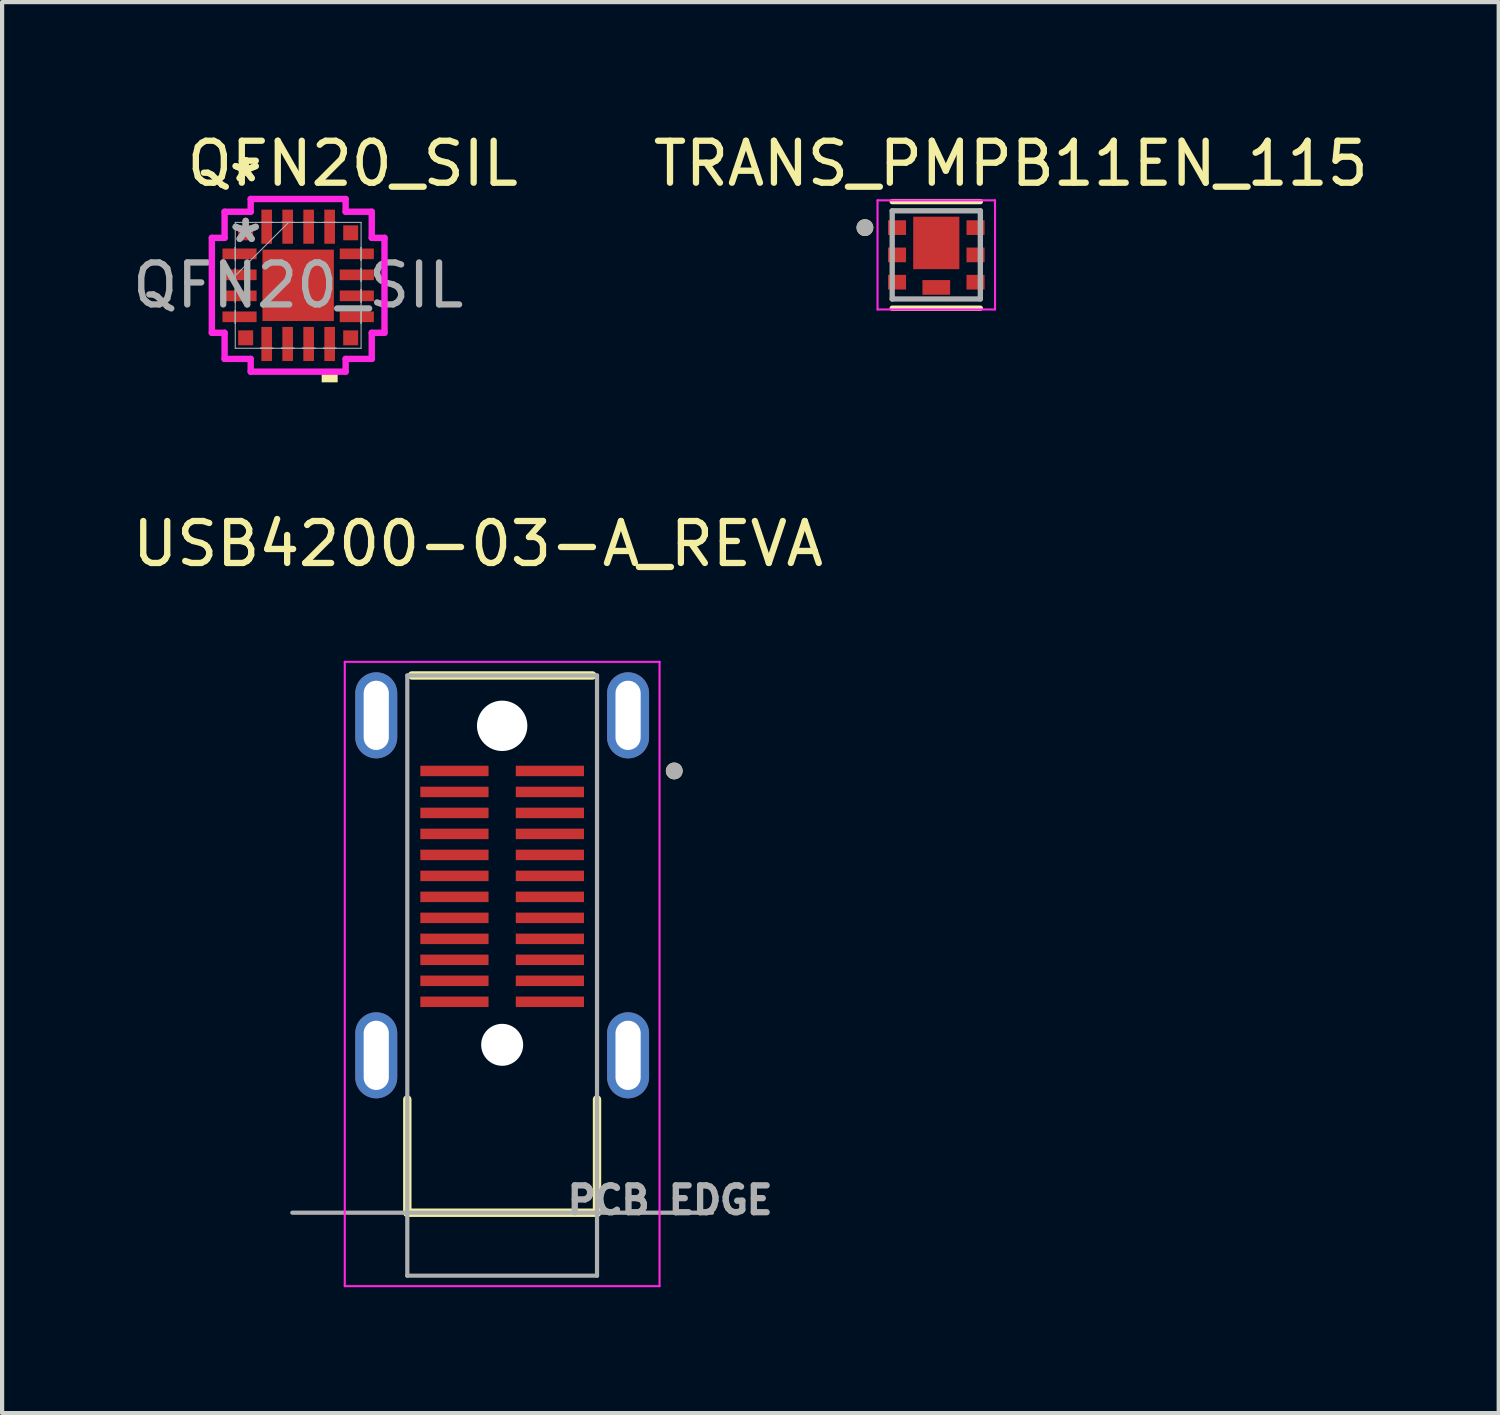
<source format=kicad_pcb>
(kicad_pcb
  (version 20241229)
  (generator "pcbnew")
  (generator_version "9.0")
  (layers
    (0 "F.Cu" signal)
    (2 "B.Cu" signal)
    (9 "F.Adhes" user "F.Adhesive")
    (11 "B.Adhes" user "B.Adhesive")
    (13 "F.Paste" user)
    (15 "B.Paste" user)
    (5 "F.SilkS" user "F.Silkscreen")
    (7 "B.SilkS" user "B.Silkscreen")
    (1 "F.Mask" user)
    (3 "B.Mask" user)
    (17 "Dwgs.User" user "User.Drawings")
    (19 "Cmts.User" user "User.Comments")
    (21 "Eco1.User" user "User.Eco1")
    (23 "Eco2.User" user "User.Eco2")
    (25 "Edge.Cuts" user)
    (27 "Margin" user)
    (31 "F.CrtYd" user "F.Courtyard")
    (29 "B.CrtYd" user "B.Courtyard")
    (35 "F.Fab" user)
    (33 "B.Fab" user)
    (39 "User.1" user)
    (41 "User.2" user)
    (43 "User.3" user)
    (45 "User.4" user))
  (footprint "TRANS_PMPB11EN_115"
    (layer "F.Cu")
    (at 19.257 3.023)
    (property "Reference" "TRANS_PMPB11EN_115" (at 1.775 -2.175 0) (layer "F.SilkS") (effects (font (size 1 1) (thickness 0.15))))
    (attr smd)
    (fp_line (start -1.05 -1.27) (end 1.05 -1.27) (stroke (width 0.127) (type solid)) (layer "F.SilkS"))
    (fp_line (start 1.05 1.27) (end -1.05 1.27) (stroke (width 0.127) (type solid)) (layer "F.SilkS"))
    (fp_circle (center -1.7 -0.65) (end -1.6 -0.65) (stroke (width 0.2) (type solid)) (fill no) (layer "F.SilkS"))
    (fp_poly (pts (xy -1.1 -0.775) (xy -0.77 -0.775) (xy -0.77 -0.525) (xy -1.1 -0.525)) (stroke (width 0.01) (type solid)) (fill yes) (layer "F.Paste"))
    (fp_poly (pts (xy -1.1 -0.125) (xy -0.77 -0.125) (xy -0.77 0.125) (xy -1.1 0.125)) (stroke (width 0.01) (type solid)) (fill yes) (layer "F.Paste"))
    (fp_poly (pts (xy -1.1 0.525) (xy -0.77 0.525) (xy -0.77 0.775) (xy -1.1 0.775)) (stroke (width 0.01) (type solid)) (fill yes) (layer "F.Paste"))
    (fp_poly (pts (xy -0.45 -0.81) (xy 0.45 -0.81) (xy 0.45 0.24) (xy -0.45 0.24)) (stroke (width 0.01) (type solid)) (fill yes) (layer "F.Paste"))
    (fp_poly (pts (xy -0.28 0.65) (xy 0.28 0.65) (xy 0.28 0.9) (xy -0.28 0.9)) (stroke (width 0.01) (type solid)) (fill yes) (layer "F.Paste"))
    (fp_poly (pts (xy 0.77 -0.775) (xy 1.1 -0.775) (xy 1.1 -0.525) (xy 0.77 -0.525)) (stroke (width 0.01) (type solid)) (fill yes) (layer "F.Paste"))
    (fp_poly (pts (xy 0.77 -0.125) (xy 1.1 -0.125) (xy 1.1 0.125) (xy 0.77 0.125)) (stroke (width 0.01) (type solid)) (fill yes) (layer "F.Paste"))
    (fp_poly (pts (xy 0.77 0.525) (xy 1.1 0.525) (xy 1.1 0.775) (xy 0.77 0.775)) (stroke (width 0.01) (type solid)) (fill yes) (layer "F.Paste"))
    (fp_line (start -1.4 -1.3) (end 1.4 -1.3) (stroke (width 0.05) (type solid)) (layer "F.CrtYd"))
    (fp_line (start -1.4 1.3) (end -1.4 -1.3) (stroke (width 0.05) (type solid)) (layer "F.CrtYd"))
    (fp_line (start 1.4 -1.3) (end 1.4 1.3) (stroke (width 0.05) (type solid)) (layer "F.CrtYd"))
    (fp_line (start 1.4 1.3) (end -1.4 1.3) (stroke (width 0.05) (type solid)) (layer "F.CrtYd"))
    (fp_line (start -1.05 -1.05) (end 1.05 -1.05) (stroke (width 0.127) (type solid)) (layer "F.Fab"))
    (fp_line (start -1.05 1.05) (end -1.05 -1.05) (stroke (width 0.127) (type solid)) (layer "F.Fab"))
    (fp_line (start 1.05 -1.05) (end 1.05 1.05) (stroke (width 0.127) (type solid)) (layer "F.Fab"))
    (fp_line (start 1.05 1.05) (end -1.05 1.05) (stroke (width 0.127) (type solid)) (layer "F.Fab"))
    (fp_circle (center -1.7 -0.65) (end -1.6 -0.65) (stroke (width 0.2) (type solid)) (fill no) (layer "F.Fab"))
    (pad "1" smd rect (at -0.935 -0.65) (size 0.43 0.35) (layers "F.Cu" "F.Mask"))
    (pad "2" smd rect (at -0.935 0) (size 0.43 0.35) (layers "F.Cu" "F.Mask"))
    (pad "3" smd rect (at -0.935 0.65) (size 0.43 0.35) (layers "F.Cu" "F.Mask"))
    (pad "4" smd rect (at 0.935 0.65) (size 0.43 0.35) (layers "F.Cu" "F.Mask"))
    (pad "5" smd rect (at 0.935 0) (size 0.43 0.35) (layers "F.Cu" "F.Mask"))
    (pad "6" smd rect (at 0.935 -0.65) (size 0.43 0.35) (layers "F.Cu" "F.Mask"))
    (pad "7" smd rect (at 0 -0.285) (size 1.1 1.25) (layers "F.Cu" "F.Mask"))
    (pad "8" smd rect (at 0 0.775) (size 0.66 0.35) (layers "F.Cu" "F.Mask")))
  (footprint "USB4200-03-A_REVA"
    (layer "F.Cu")
    (at 8.914 18.043)
    (property "Reference" "USB4200-03-A_REVA" (at -0.575 -8.135 0) (layer "F.SilkS") (effects (font (size 1 1) (thickness 0.15))))
    (attr smd)
    (fp_line (start -2.26 7.8) (end -2.26 5.1) (stroke (width 0.2) (type solid)) (layer "F.SilkS"))
    (fp_line (start 2.15 -5) (end -2.15 -5) (stroke (width 0.2) (type solid)) (layer "F.SilkS"))
    (fp_line (start 2.26 5.1) (end 2.26 7.8) (stroke (width 0.2) (type solid)) (layer "F.SilkS"))
    (fp_line (start 2.26 7.8) (end -2.26 7.8) (stroke (width 0.2) (type solid)) (layer "F.SilkS"))
    (fp_circle (center 4.1 -2.725) (end 4.2 -2.725) (stroke (width 0.2) (type solid)) (fill no) (layer "F.SilkS"))
    (fp_line (start -3.75 -5.325) (end -3.75 9.55) (stroke (width 0.05) (type solid)) (layer "F.CrtYd"))
    (fp_line (start -3.75 9.55) (end 3.75 9.55) (stroke (width 0.05) (type solid)) (layer "F.CrtYd"))
    (fp_line (start 3.75 -5.325) (end -3.75 -5.325) (stroke (width 0.05) (type solid)) (layer "F.CrtYd"))
    (fp_line (start 3.75 9.55) (end 3.75 -5.325) (stroke (width 0.05) (type solid)) (layer "F.CrtYd"))
    (fp_line (start -2.26 -5) (end 2.26 -5) (stroke (width 0.1) (type solid)) (layer "F.Fab"))
    (fp_line (start -2.26 9.3) (end -2.26 -5) (stroke (width 0.1) (type solid)) (layer "F.Fab"))
    (fp_line (start 2.26 -5) (end 2.26 9.3) (stroke (width 0.1) (type solid)) (layer "F.Fab"))
    (fp_line (start 2.26 9.3) (end -2.26 9.3) (stroke (width 0.1) (type solid)) (layer "F.Fab"))
    (fp_line (start 5 7.8) (end -5 7.8) (stroke (width 0.1) (type solid)) (layer "F.Fab"))
    (fp_circle (center 4.1 -2.725) (end 4.2 -2.725) (stroke (width 0.2) (type solid)) (fill no) (layer "F.Fab"))
    (fp_text user "PCB EDGE" (at 4 7.5 0) (layer "F.Fab") (effects (font (size 0.64 0.64) (thickness 0.15))))
    (pad "" np_thru_hole circle (at 0 -3.8) (size 1.2 1.2) (drill 1.2) (layers "*.Cu" "*.Mask"))
    (pad "" np_thru_hole circle (at 0 3.8) (size 1 1) (drill 1) (layers "*.Cu" "*.Mask"))
    (pad "A1" smd rect (at 1.137 -2.725) (size 1.625 0.25) (layers "F.Cu" "F.Mask" "F.Paste"))
    (pad "A2" smd rect (at 1.137 -2.225) (size 1.625 0.25) (layers "F.Cu" "F.Mask" "F.Paste"))
    (pad "A3" smd rect (at 1.137 -1.725) (size 1.625 0.25) (layers "F.Cu" "F.Mask" "F.Paste"))
    (pad "A4" smd rect (at 1.137 -1.225) (size 1.625 0.25) (layers "F.Cu" "F.Mask" "F.Paste"))
    (pad "A5" smd rect (at 1.137 -0.725) (size 1.625 0.25) (layers "F.Cu" "F.Mask" "F.Paste"))
    (pad "A6" smd rect (at 1.137 -0.225) (size 1.625 0.25) (layers "F.Cu" "F.Mask" "F.Paste"))
    (pad "A7" smd rect (at 1.137 0.275) (size 1.625 0.25) (layers "F.Cu" "F.Mask" "F.Paste"))
    (pad "A8" smd rect (at 1.137 0.775) (size 1.625 0.25) (layers "F.Cu" "F.Mask" "F.Paste"))
    (pad "A9" smd rect (at 1.137 1.275) (size 1.625 0.25) (layers "F.Cu" "F.Mask" "F.Paste"))
    (pad "A10" smd rect (at 1.137 1.775) (size 1.625 0.25) (layers "F.Cu" "F.Mask" "F.Paste"))
    (pad "A11" smd rect (at 1.137 2.275) (size 1.625 0.25) (layers "F.Cu" "F.Mask" "F.Paste"))
    (pad "A12" smd rect (at 1.137 2.775) (size 1.625 0.25) (layers "F.Cu" "F.Mask" "F.Paste"))
    (pad "B1" smd rect (at -1.137 2.775) (size 1.625 0.25) (layers "F.Cu" "F.Mask" "F.Paste"))
    (pad "B2" smd rect (at -1.137 2.275) (size 1.625 0.25) (layers "F.Cu" "F.Mask" "F.Paste"))
    (pad "B3" smd rect (at -1.137 1.775) (size 1.625 0.25) (layers "F.Cu" "F.Mask" "F.Paste"))
    (pad "B4" smd rect (at -1.137 1.275) (size 1.625 0.25) (layers "F.Cu" "F.Mask" "F.Paste"))
    (pad "B5" smd rect (at -1.137 0.775) (size 1.625 0.25) (layers "F.Cu" "F.Mask" "F.Paste"))
    (pad "B6" smd rect (at -1.137 0.275) (size 1.625 0.25) (layers "F.Cu" "F.Mask" "F.Paste"))
    (pad "B7" smd rect (at -1.137 -0.225) (size 1.625 0.25) (layers "F.Cu" "F.Mask" "F.Paste"))
    (pad "B8" smd rect (at -1.137 -0.725) (size 1.625 0.25) (layers "F.Cu" "F.Mask" "F.Paste"))
    (pad "B9" smd rect (at -1.137 -1.225) (size 1.625 0.25) (layers "F.Cu" "F.Mask" "F.Paste"))
    (pad "B10" smd rect (at -1.137 -1.725) (size 1.625 0.25) (layers "F.Cu" "F.Mask" "F.Paste"))
    (pad "B11" smd rect (at -1.137 -2.225) (size 1.625 0.25) (layers "F.Cu" "F.Mask" "F.Paste"))
    (pad "B12" smd rect (at -1.137 -2.725) (size 1.625 0.25) (layers "F.Cu" "F.Mask" "F.Paste"))
    (pad "S1" thru_hole oval (at 3 -4.05) (size 1 2.05) (drill oval 0.6 1.65) (layers "*.Cu" "*.Mask"))
    (pad "S2" thru_hole oval (at 3 4.05) (size 1 2.05) (drill oval 0.6 1.65) (layers "*.Cu" "*.Mask"))
    (pad "S3" thru_hole oval (at -3 -4.05) (size 1 2.05) (drill oval 0.6 1.65) (layers "*.Cu" "*.Mask"))
    (pad "S4" thru_hole oval (at -3 4.05) (size 1 2.05) (drill oval 0.6 1.65) (layers "*.Cu" "*.Mask")))
  (footprint "QFN20_SIL"
    (layer "F.Cu")
    (at 4.054 3.748)
    (property "Reference" "QFN20_SIL" (at 1.3 -2.9 0) (unlocked yes) (layer "F.SilkS") (effects (font (size 1 1) (thickness 0.15))))
    (attr smd)
    (fp_poly (pts (xy 0.56 2.057) (xy 0.56 2.311) (xy 0.941 2.311) (xy 0.941 2.057)) (stroke (width 0) (type solid)) (fill yes) (layer "F.SilkS"))
    (fp_line (start -2.057 -1.131) (end -1.753 -1.131) (stroke (width 0.152) (type solid)) (layer "F.CrtYd"))
    (fp_line (start -2.057 1.131) (end -2.057 -1.131) (stroke (width 0.152) (type solid)) (layer "F.CrtYd"))
    (fp_line (start -2.057 1.131) (end -1.753 1.131) (stroke (width 0.152) (type solid)) (layer "F.CrtYd"))
    (fp_line (start -1.753 -1.753) (end -1.131 -1.753) (stroke (width 0.152) (type solid)) (layer "F.CrtYd"))
    (fp_line (start -1.753 -1.131) (end -1.753 -1.753) (stroke (width 0.152) (type solid)) (layer "F.CrtYd"))
    (fp_line (start -1.753 1.753) (end -1.753 1.131) (stroke (width 0.152) (type solid)) (layer "F.CrtYd"))
    (fp_line (start -1.131 -2.057) (end 1.131 -2.057) (stroke (width 0.152) (type solid)) (layer "F.CrtYd"))
    (fp_line (start -1.131 -1.753) (end -1.131 -2.057) (stroke (width 0.152) (type solid)) (layer "F.CrtYd"))
    (fp_line (start -1.131 1.753) (end -1.753 1.753) (stroke (width 0.152) (type solid)) (layer "F.CrtYd"))
    (fp_line (start -1.131 2.057) (end -1.131 1.753) (stroke (width 0.152) (type solid)) (layer "F.CrtYd"))
    (fp_line (start 1.131 -2.057) (end 1.131 -1.753) (stroke (width 0.152) (type solid)) (layer "F.CrtYd"))
    (fp_line (start 1.131 -1.753) (end 1.753 -1.753) (stroke (width 0.152) (type solid)) (layer "F.CrtYd"))
    (fp_line (start 1.131 1.753) (end 1.131 2.057) (stroke (width 0.152) (type solid)) (layer "F.CrtYd"))
    (fp_line (start 1.131 2.057) (end -1.131 2.057) (stroke (width 0.152) (type solid)) (layer "F.CrtYd"))
    (fp_line (start 1.753 -1.753) (end 1.753 -1.131) (stroke (width 0.152) (type solid)) (layer "F.CrtYd"))
    (fp_line (start 1.753 -1.131) (end 2.057 -1.131) (stroke (width 0.152) (type solid)) (layer "F.CrtYd"))
    (fp_line (start 1.753 1.131) (end 1.753 1.753) (stroke (width 0.152) (type solid)) (layer "F.CrtYd"))
    (fp_line (start 1.753 1.753) (end 1.131 1.753) (stroke (width 0.152) (type solid)) (layer "F.CrtYd"))
    (fp_line (start 2.057 -1.131) (end 2.057 1.131) (stroke (width 0.152) (type solid)) (layer "F.CrtYd"))
    (fp_line (start 2.057 1.131) (end 1.753 1.131) (stroke (width 0.152) (type solid)) (layer "F.CrtYd"))
    (fp_line (start -1.499 -1.499) (end -1.499 1.499) (stroke (width 0.025) (type solid)) (layer "F.Fab"))
    (fp_line (start -1.499 -0.902) (end -1.499 -0.902) (stroke (width 0.025) (type solid)) (layer "F.Fab"))
    (fp_line (start -1.499 -0.902) (end -1.499 -0.598) (stroke (width 0.025) (type solid)) (layer "F.Fab"))
    (fp_line (start -1.499 -0.598) (end -1.499 -0.902) (stroke (width 0.025) (type solid)) (layer "F.Fab"))
    (fp_line (start -1.499 -0.598) (end -1.499 -0.598) (stroke (width 0.025) (type solid)) (layer "F.Fab"))
    (fp_line (start -1.499 -0.402) (end -1.499 -0.402) (stroke (width 0.025) (type solid)) (layer "F.Fab"))
    (fp_line (start -1.499 -0.402) (end -1.499 -0.098) (stroke (width 0.025) (type solid)) (layer "F.Fab"))
    (fp_line (start -1.499 -0.229) (end -0.229 -1.499) (stroke (width 0.025) (type solid)) (layer "F.Fab"))
    (fp_line (start -1.499 -0.098) (end -1.499 -0.402) (stroke (width 0.025) (type solid)) (layer "F.Fab"))
    (fp_line (start -1.499 -0.098) (end -1.499 -0.098) (stroke (width 0.025) (type solid)) (layer "F.Fab"))
    (fp_line (start -1.499 0.098) (end -1.499 0.098) (stroke (width 0.025) (type solid)) (layer "F.Fab"))
    (fp_line (start -1.499 0.098) (end -1.499 0.402) (stroke (width 0.025) (type solid)) (layer "F.Fab"))
    (fp_line (start -1.499 0.402) (end -1.499 0.098) (stroke (width 0.025) (type solid)) (layer "F.Fab"))
    (fp_line (start -1.499 0.402) (end -1.499 0.402) (stroke (width 0.025) (type solid)) (layer "F.Fab"))
    (fp_line (start -1.499 0.598) (end -1.499 0.598) (stroke (width 0.025) (type solid)) (layer "F.Fab"))
    (fp_line (start -1.499 0.598) (end -1.499 0.902) (stroke (width 0.025) (type solid)) (layer "F.Fab"))
    (fp_line (start -1.499 0.902) (end -1.499 0.598) (stroke (width 0.025) (type solid)) (layer "F.Fab"))
    (fp_line (start -1.499 0.902) (end -1.499 0.902) (stroke (width 0.025) (type solid)) (layer "F.Fab"))
    (fp_line (start -1.499 1.499) (end 1.499 1.499) (stroke (width 0.025) (type solid)) (layer "F.Fab"))
    (fp_line (start -0.902 -1.499) (end -0.902 -1.499) (stroke (width 0.025) (type solid)) (layer "F.Fab"))
    (fp_line (start -0.902 -1.499) (end -0.598 -1.499) (stroke (width 0.025) (type solid)) (layer "F.Fab"))
    (fp_line (start -0.902 1.499) (end -0.902 1.499) (stroke (width 0.025) (type solid)) (layer "F.Fab"))
    (fp_line (start -0.902 1.499) (end -0.598 1.499) (stroke (width 0.025) (type solid)) (layer "F.Fab"))
    (fp_line (start -0.598 -1.499) (end -0.902 -1.499) (stroke (width 0.025) (type solid)) (layer "F.Fab"))
    (fp_line (start -0.598 -1.499) (end -0.598 -1.499) (stroke (width 0.025) (type solid)) (layer "F.Fab"))
    (fp_line (start -0.598 1.499) (end -0.902 1.499) (stroke (width 0.025) (type solid)) (layer "F.Fab"))
    (fp_line (start -0.598 1.499) (end -0.598 1.499) (stroke (width 0.025) (type solid)) (layer "F.Fab"))
    (fp_line (start -0.402 -1.499) (end -0.402 -1.499) (stroke (width 0.025) (type solid)) (layer "F.Fab"))
    (fp_line (start -0.402 -1.499) (end -0.098 -1.499) (stroke (width 0.025) (type solid)) (layer "F.Fab"))
    (fp_line (start -0.402 1.499) (end -0.402 1.499) (stroke (width 0.025) (type solid)) (layer "F.Fab"))
    (fp_line (start -0.402 1.499) (end -0.098 1.499) (stroke (width 0.025) (type solid)) (layer "F.Fab"))
    (fp_line (start -0.098 -1.499) (end -0.402 -1.499) (stroke (width 0.025) (type solid)) (layer "F.Fab"))
    (fp_line (start -0.098 -1.499) (end -0.098 -1.499) (stroke (width 0.025) (type solid)) (layer "F.Fab"))
    (fp_line (start -0.098 1.499) (end -0.402 1.499) (stroke (width 0.025) (type solid)) (layer "F.Fab"))
    (fp_line (start -0.098 1.499) (end -0.098 1.499) (stroke (width 0.025) (type solid)) (layer "F.Fab"))
    (fp_line (start 0.098 -1.499) (end 0.098 -1.499) (stroke (width 0.025) (type solid)) (layer "F.Fab"))
    (fp_line (start 0.098 -1.499) (end 0.402 -1.499) (stroke (width 0.025) (type solid)) (layer "F.Fab"))
    (fp_line (start 0.098 1.499) (end 0.098 1.499) (stroke (width 0.025) (type solid)) (layer "F.Fab"))
    (fp_line (start 0.098 1.499) (end 0.402 1.499) (stroke (width 0.025) (type solid)) (layer "F.Fab"))
    (fp_line (start 0.402 -1.499) (end 0.098 -1.499) (stroke (width 0.025) (type solid)) (layer "F.Fab"))
    (fp_line (start 0.402 -1.499) (end 0.402 -1.499) (stroke (width 0.025) (type solid)) (layer "F.Fab"))
    (fp_line (start 0.402 1.499) (end 0.098 1.499) (stroke (width 0.025) (type solid)) (layer "F.Fab"))
    (fp_line (start 0.402 1.499) (end 0.402 1.499) (stroke (width 0.025) (type solid)) (layer "F.Fab"))
    (fp_line (start 0.598 -1.499) (end 0.598 -1.499) (stroke (width 0.025) (type solid)) (layer "F.Fab"))
    (fp_line (start 0.598 -1.499) (end 0.902 -1.499) (stroke (width 0.025) (type solid)) (layer "F.Fab"))
    (fp_line (start 0.598 1.499) (end 0.598 1.499) (stroke (width 0.025) (type solid)) (layer "F.Fab"))
    (fp_line (start 0.598 1.499) (end 0.902 1.499) (stroke (width 0.025) (type solid)) (layer "F.Fab"))
    (fp_line (start 0.902 -1.499) (end 0.598 -1.499) (stroke (width 0.025) (type solid)) (layer "F.Fab"))
    (fp_line (start 0.902 -1.499) (end 0.902 -1.499) (stroke (width 0.025) (type solid)) (layer "F.Fab"))
    (fp_line (start 0.902 1.499) (end 0.598 1.499) (stroke (width 0.025) (type solid)) (layer "F.Fab"))
    (fp_line (start 0.902 1.499) (end 0.902 1.499) (stroke (width 0.025) (type solid)) (layer "F.Fab"))
    (fp_line (start 1.499 -1.499) (end -1.499 -1.499) (stroke (width 0.025) (type solid)) (layer "F.Fab"))
    (fp_line (start 1.499 -0.902) (end 1.499 -0.902) (stroke (width 0.025) (type solid)) (layer "F.Fab"))
    (fp_line (start 1.499 -0.902) (end 1.499 -0.598) (stroke (width 0.025) (type solid)) (layer "F.Fab"))
    (fp_line (start 1.499 -0.598) (end 1.499 -0.902) (stroke (width 0.025) (type solid)) (layer "F.Fab"))
    (fp_line (start 1.499 -0.598) (end 1.499 -0.598) (stroke (width 0.025) (type solid)) (layer "F.Fab"))
    (fp_line (start 1.499 -0.402) (end 1.499 -0.402) (stroke (width 0.025) (type solid)) (layer "F.Fab"))
    (fp_line (start 1.499 -0.402) (end 1.499 -0.098) (stroke (width 0.025) (type solid)) (layer "F.Fab"))
    (fp_line (start 1.499 -0.098) (end 1.499 -0.402) (stroke (width 0.025) (type solid)) (layer "F.Fab"))
    (fp_line (start 1.499 -0.098) (end 1.499 -0.098) (stroke (width 0.025) (type solid)) (layer "F.Fab"))
    (fp_line (start 1.499 0.098) (end 1.499 0.098) (stroke (width 0.025) (type solid)) (layer "F.Fab"))
    (fp_line (start 1.499 0.098) (end 1.499 0.402) (stroke (width 0.025) (type solid)) (layer "F.Fab"))
    (fp_line (start 1.499 0.402) (end 1.499 0.098) (stroke (width 0.025) (type solid)) (layer "F.Fab"))
    (fp_line (start 1.499 0.402) (end 1.499 0.402) (stroke (width 0.025) (type solid)) (layer "F.Fab"))
    (fp_line (start 1.499 0.598) (end 1.499 0.598) (stroke (width 0.025) (type solid)) (layer "F.Fab"))
    (fp_line (start 1.499 0.598) (end 1.499 0.902) (stroke (width 0.025) (type solid)) (layer "F.Fab"))
    (fp_line (start 1.499 0.902) (end 1.499 0.598) (stroke (width 0.025) (type solid)) (layer "F.Fab"))
    (fp_line (start 1.499 0.902) (end 1.499 0.902) (stroke (width 0.025) (type solid)) (layer "F.Fab"))
    (fp_line (start 1.499 1.499) (end 1.499 -1.499) (stroke (width 0.025) (type solid)) (layer "F.Fab"))
    (fp_text user "*" (at -1.251 -2.438 0) (layer "F.SilkS") (effects (font (size 1 1) (thickness 0.15))))
    (fp_text user "*" (at -1.251 -2.438 0) (unlocked yes) (layer "F.SilkS") (effects (font (size 1 1) (thickness 0.15))))
    (fp_text user "${REFERENCE}" (at 0 0 0) (unlocked yes) (layer "F.Fab") (effects (font (size 1 1) (thickness 0.15))))
    (fp_text user "*" (at -1.251 -0.991 0) (layer "F.Fab") (effects (font (size 1 1) (thickness 0.15))))
    (fp_text user "*" (at -1.251 -0.991 0) (unlocked yes) (layer "F.Fab") (effects (font (size 1 1) (thickness 0.15))))
    (pad "1" smd rect (at -1.251 -1.251) (size 0.356 0.356) (layers "F.Cu" "F.Mask" "F.Paste"))
    (pad "2" smd rect (at -1.397 -0.75 90) (size 0.254 0.813) (layers "F.Cu" "F.Mask" "F.Paste"))
    (pad "3" smd rect (at -1.397 -0.25 90) (size 0.254 0.813) (layers "F.Cu" "F.Mask" "F.Paste"))
    (pad "4" smd rect (at -1.397 0.25 90) (size 0.254 0.813) (layers "F.Cu" "F.Mask" "F.Paste"))
    (pad "5" smd rect (at -1.397 0.75 90) (size 0.254 0.813) (layers "F.Cu" "F.Mask" "F.Paste"))
    (pad "6" smd rect (at -1.251 1.251) (size 0.356 0.356) (layers "F.Cu" "F.Mask" "F.Paste"))
    (pad "7" smd rect (at -0.75 1.397) (size 0.254 0.813) (layers "F.Cu" "F.Mask" "F.Paste"))
    (pad "8" smd rect (at -0.25 1.397) (size 0.254 0.813) (layers "F.Cu" "F.Mask" "F.Paste"))
    (pad "9" smd rect (at 0.25 1.397) (size 0.254 0.813) (layers "F.Cu" "F.Mask" "F.Paste"))
    (pad "10" smd rect (at 0.75 1.397) (size 0.254 0.813) (layers "F.Cu" "F.Mask" "F.Paste"))
    (pad "11" smd rect (at 1.251 1.251) (size 0.356 0.356) (layers "F.Cu" "F.Mask" "F.Paste"))
    (pad "12" smd rect (at 1.397 0.75 90) (size 0.254 0.813) (layers "F.Cu" "F.Mask" "F.Paste"))
    (pad "13" smd rect (at 1.397 0.25 90) (size 0.254 0.813) (layers "F.Cu" "F.Mask" "F.Paste"))
    (pad "14" smd rect (at 1.397 -0.25 90) (size 0.254 0.813) (layers "F.Cu" "F.Mask" "F.Paste"))
    (pad "15" smd rect (at 1.397 -0.75 90) (size 0.254 0.813) (layers "F.Cu" "F.Mask" "F.Paste"))
    (pad "16" smd rect (at 1.251 -1.251) (size 0.356 0.356) (layers "F.Cu" "F.Mask" "F.Paste"))
    (pad "17" smd rect (at 0.75 -1.397) (size 0.254 0.813) (layers "F.Cu" "F.Mask" "F.Paste"))
    (pad "18" smd rect (at 0.25 -1.397) (size 0.254 0.813) (layers "F.Cu" "F.Mask" "F.Paste"))
    (pad "19" smd rect (at -0.25 -1.397) (size 0.254 0.813) (layers "F.Cu" "F.Mask" "F.Paste"))
    (pad "20" smd rect (at -0.75 -1.397) (size 0.254 0.813) (layers "F.Cu" "F.Mask" "F.Paste"))
    (pad "21" smd rect (at 0 0) (size 1.702 1.702) (layers "F.Cu" "F.Mask" "F.Paste")))
  (gr_rect
    (start -3 -3)
    (end 32.657 30.618)
    (stroke (width 0.1) (type default))
    (fill no)
    (layer "Edge.Cuts")))
</source>
